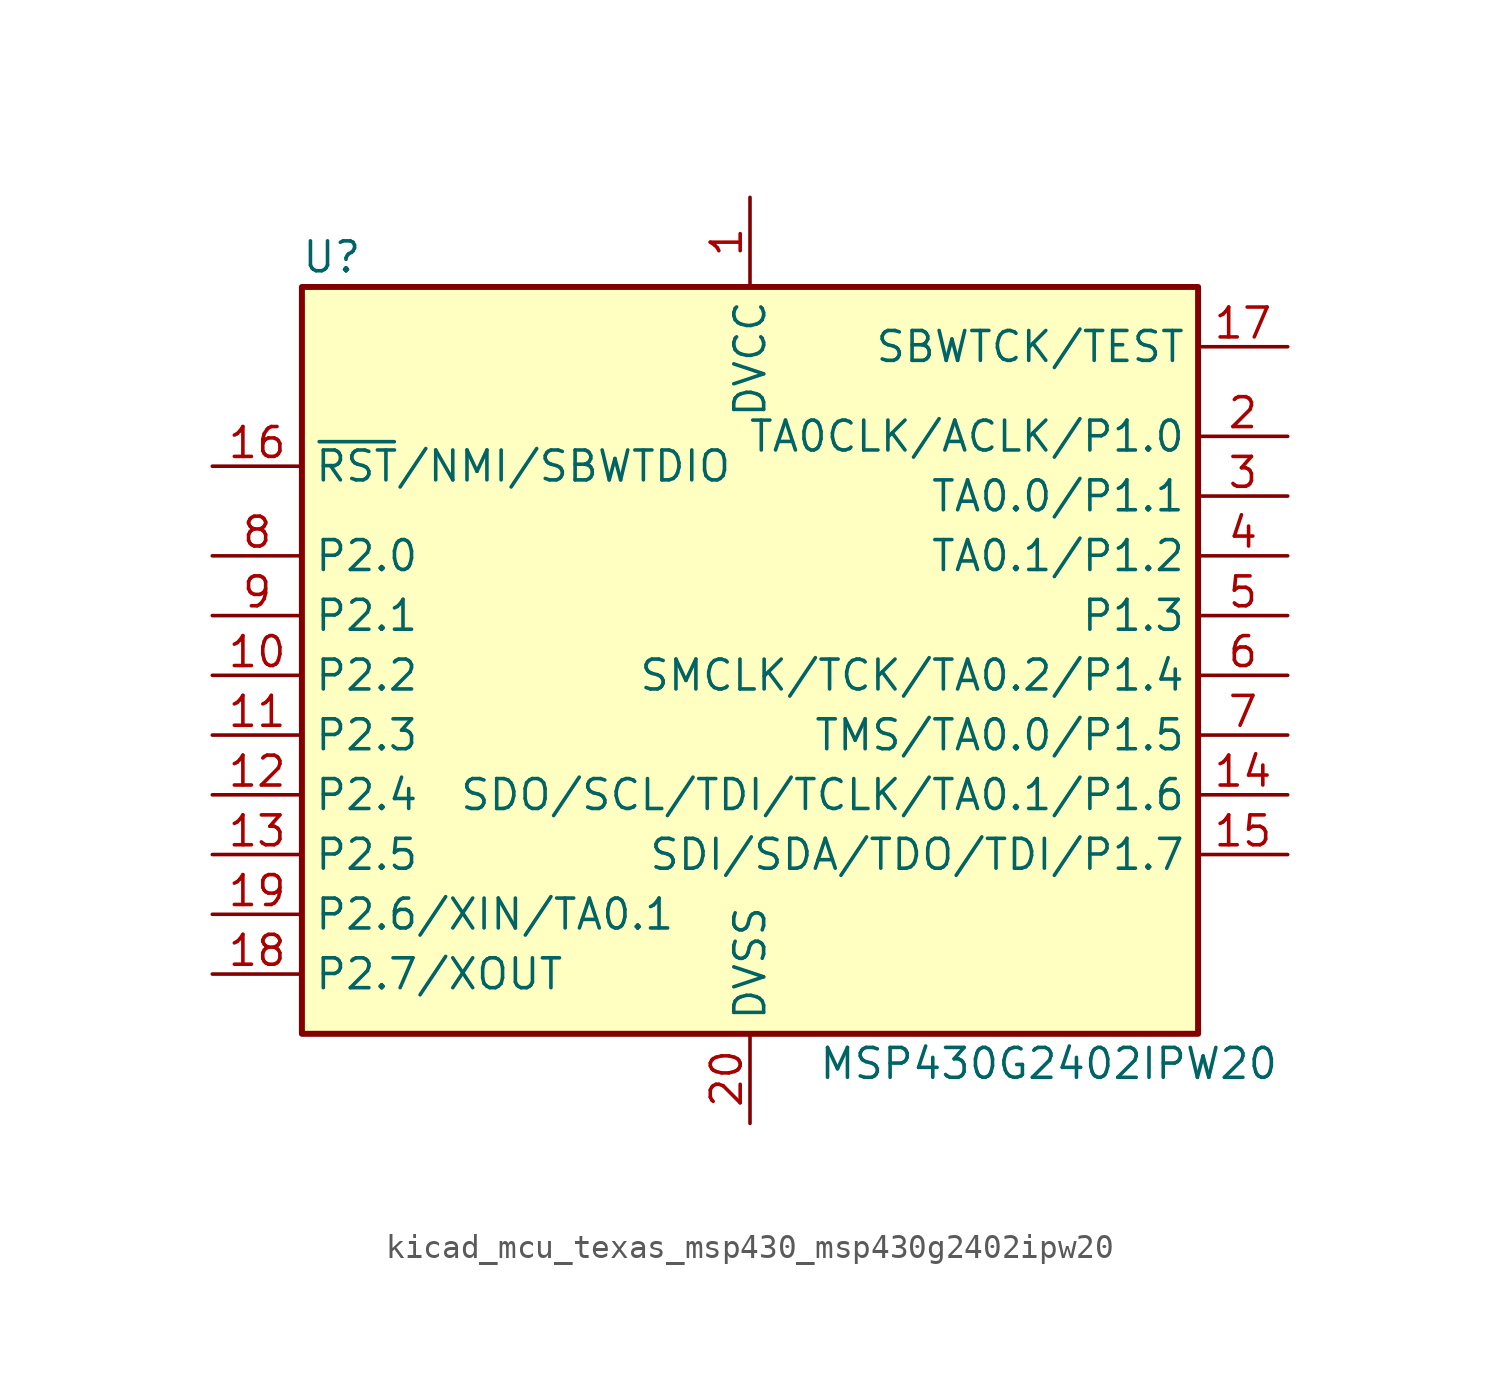
<source format=kicad_sym>
(kicad_symbol_lib
  (version 20220914)
  (generator kicad_symbol_editor)
  (symbol "kicad_mcu_texas_msp430_msp430g2402ipw20"
    (property "Reference" "U"
      (at -17.78 17.78 0)
      (effects (font (size 1.27 1.27))))
    (property "Value" "MSP430G2402IPW20"
      (at 12.7 -16.51 0)
      (effects (font (size 1.27 1.27))))
    (symbol "kicad_mcu_texas_msp430_msp430g2402ipw20_0_1"
      (rectangle (start -19.05 16.51) (end 19.05 -15.24) (stroke (width 0.254) (type default)) (fill (type background))))
    (symbol "kicad_mcu_texas_msp430_msp430g2402ipw20_1_1"
      (pin power_in line (at 0 20.32 270) (length 3.81) (name "DVCC" (effects (font (size 1.27 1.27)))) (number "1" (effects (font (size 1.27 1.27)))))
      (pin bidirectional line (at -22.86 0 0) (length 3.81) (name "P2.2" (effects (font (size 1.27 1.27)))) (number "10" (effects (font (size 1.27 1.27)))))
      (pin bidirectional line (at -22.86 -2.54 0) (length 3.81) (name "P2.3" (effects (font (size 1.27 1.27)))) (number "11" (effects (font (size 1.27 1.27)))))
      (pin bidirectional line (at -22.86 -5.08 0) (length 3.81) (name "P2.4" (effects (font (size 1.27 1.27)))) (number "12" (effects (font (size 1.27 1.27)))))
      (pin bidirectional line (at -22.86 -7.62 0) (length 3.81) (name "P2.5" (effects (font (size 1.27 1.27)))) (number "13" (effects (font (size 1.27 1.27)))))
      (pin bidirectional line (at 22.86 -5.08 180) (length 3.81) (name "SDO/SCL/TDI/TCLK/TA0.1/P1.6" (effects (font (size 1.27 1.27)))) (number "14" (effects (font (size 1.27 1.27)))))
      (pin bidirectional line (at 22.86 -7.62 180) (length 3.81) (name "SDI/SDA/TDO/TDI/P1.7" (effects (font (size 1.27 1.27)))) (number "15" (effects (font (size 1.27 1.27)))))
      (pin input line (at -22.86 8.89 0) (length 3.81) (name "~{RST}/NMI/SBWTDIO" (effects (font (size 1.27 1.27)))) (number "16" (effects (font (size 1.27 1.27)))))
      (pin input line (at 22.86 13.97 180) (length 3.81) (name "SBWTCK/TEST" (effects (font (size 1.27 1.27)))) (number "17" (effects (font (size 1.27 1.27)))))
      (pin bidirectional line (at -22.86 -12.7 0) (length 3.81) (name "P2.7/XOUT" (effects (font (size 1.27 1.27)))) (number "18" (effects (font (size 1.27 1.27)))))
      (pin bidirectional line (at -22.86 -10.16 0) (length 3.81) (name "P2.6/XIN/TA0.1" (effects (font (size 1.27 1.27)))) (number "19" (effects (font (size 1.27 1.27)))))
      (pin bidirectional line (at 22.86 10.16 180) (length 3.81) (name "TA0CLK/ACLK/P1.0" (effects (font (size 1.27 1.27)))) (number "2" (effects (font (size 1.27 1.27)))))
      (pin power_in line (at 0 -19.05 90) (length 3.81) (name "DVSS" (effects (font (size 1.27 1.27)))) (number "20" (effects (font (size 1.27 1.27)))))
      (pin bidirectional line (at 22.86 7.62 180) (length 3.81) (name "TA0.0/P1.1" (effects (font (size 1.27 1.27)))) (number "3" (effects (font (size 1.27 1.27)))))
      (pin bidirectional line (at 22.86 5.08 180) (length 3.81) (name "TA0.1/P1.2" (effects (font (size 1.27 1.27)))) (number "4" (effects (font (size 1.27 1.27)))))
      (pin bidirectional line (at 22.86 2.54 180) (length 3.81) (name "P1.3" (effects (font (size 1.27 1.27)))) (number "5" (effects (font (size 1.27 1.27)))))
      (pin bidirectional line (at 22.86 0 180) (length 3.81) (name "SMCLK/TCK/TA0.2/P1.4" (effects (font (size 1.27 1.27)))) (number "6" (effects (font (size 1.27 1.27)))))
      (pin bidirectional line (at 22.86 -2.54 180) (length 3.81) (name "TMS/TA0.0/P1.5" (effects (font (size 1.27 1.27)))) (number "7" (effects (font (size 1.27 1.27)))))
      (pin bidirectional line (at -22.86 5.08 0) (length 3.81) (name "P2.0" (effects (font (size 1.27 1.27)))) (number "8" (effects (font (size 1.27 1.27)))))
      (pin bidirectional line (at -22.86 2.54 0) (length 3.81) (name "P2.1" (effects (font (size 1.27 1.27)))) (number "9" (effects (font (size 1.27 1.27))))))))
</source>
